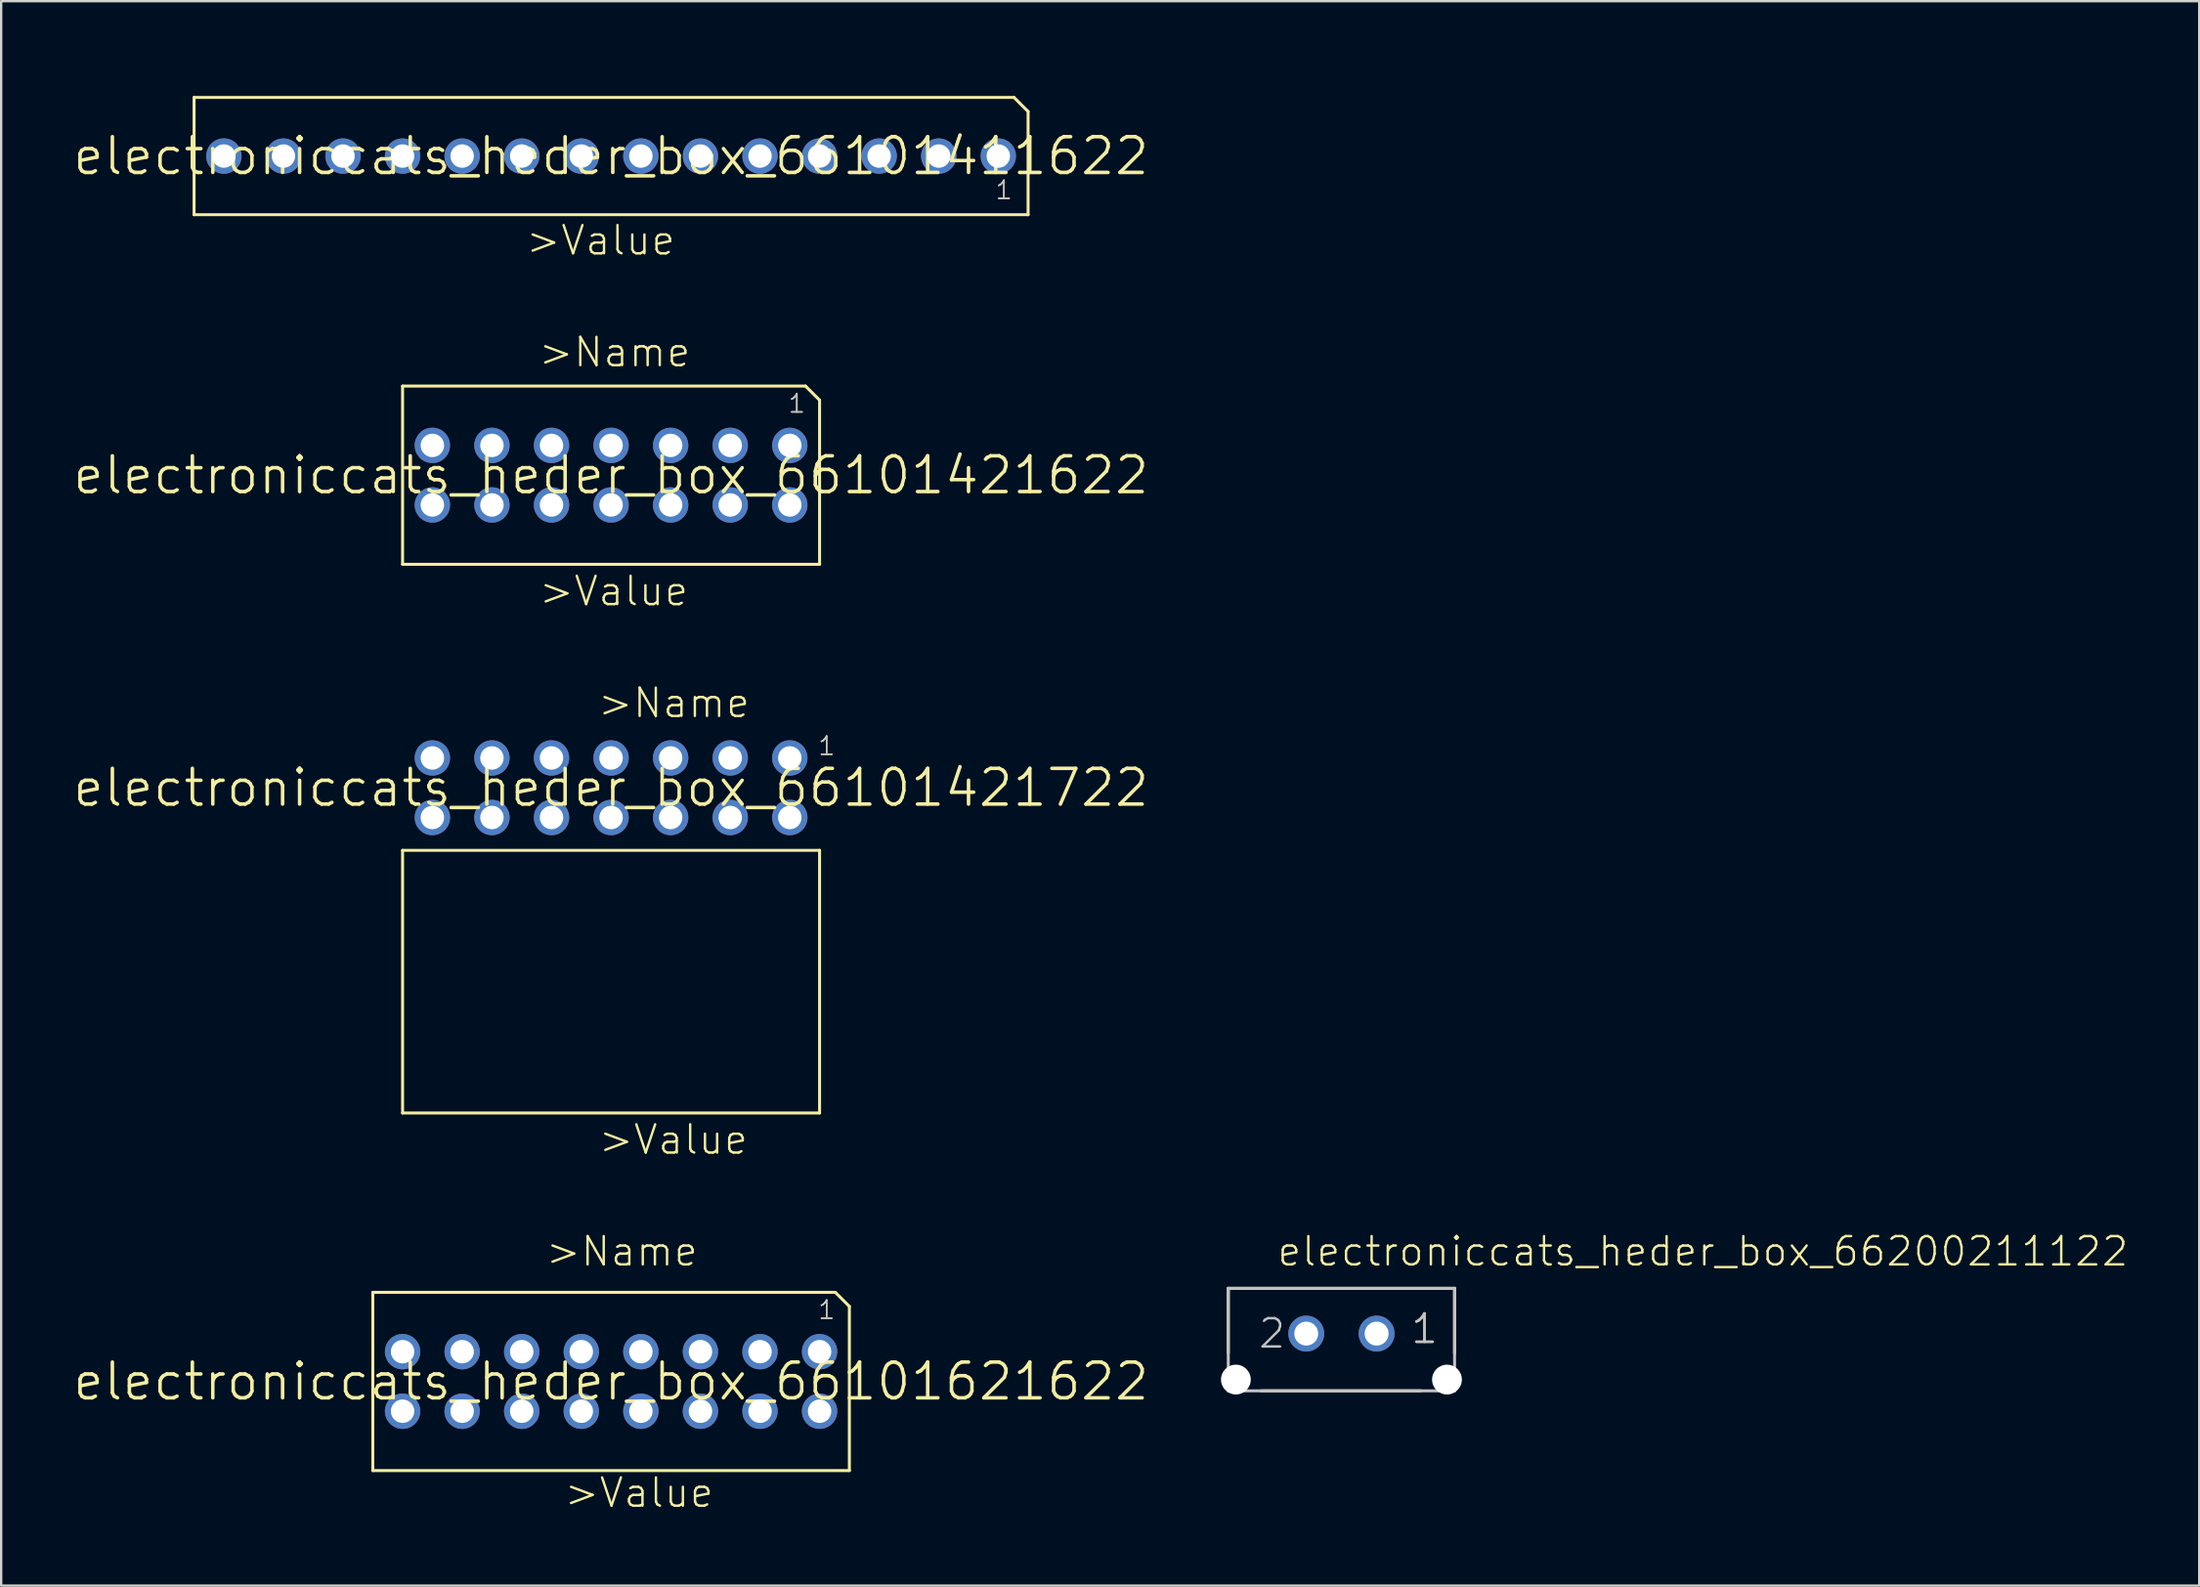
<source format=kicad_pcb>
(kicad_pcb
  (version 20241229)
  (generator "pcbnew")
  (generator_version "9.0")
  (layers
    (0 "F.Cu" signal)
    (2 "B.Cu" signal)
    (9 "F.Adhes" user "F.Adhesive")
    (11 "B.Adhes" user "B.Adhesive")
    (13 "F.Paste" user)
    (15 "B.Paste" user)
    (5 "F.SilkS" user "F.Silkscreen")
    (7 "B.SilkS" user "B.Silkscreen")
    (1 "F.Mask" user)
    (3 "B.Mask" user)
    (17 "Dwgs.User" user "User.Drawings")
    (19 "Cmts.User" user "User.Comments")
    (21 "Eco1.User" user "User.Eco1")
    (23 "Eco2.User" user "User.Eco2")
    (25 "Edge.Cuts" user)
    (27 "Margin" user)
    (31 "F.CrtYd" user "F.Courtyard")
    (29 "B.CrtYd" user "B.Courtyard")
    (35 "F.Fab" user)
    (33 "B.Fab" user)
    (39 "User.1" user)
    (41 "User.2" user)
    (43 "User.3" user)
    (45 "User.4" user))
  (footprint "electroniccats_heder_box_66101411622"
    (layer "F.Cu")
    (at 23.005 3.605)
    (property "Reference" "electroniccats_heder_box_66101411622" (at 0 0 0) (layer "F.SilkS") (effects (font (size 1.524 1.524) (thickness 0.15))))
    (attr through_hole)
    (fp_line (start -17.78 -2.5) (end -17.78 2.5) (stroke (width 0.127) (type solid)) (layer "F.SilkS"))
    (fp_line (start -17.78 -2.5) (end 17.18 -2.5) (stroke (width 0.127) (type solid)) (layer "F.SilkS"))
    (fp_line (start -17.78 2.5) (end 17.78 2.5) (stroke (width 0.127) (type solid)) (layer "F.SilkS"))
    (fp_line (start 17.18 -2.5) (end 17.78 -1.9) (stroke (width 0.127) (type solid)) (layer "F.SilkS"))
    (fp_line (start 17.78 -1.9) (end 17.78 2.5) (stroke (width 0.127) (type solid)) (layer "F.SilkS"))
    (fp_text user "" (at -3.8 -3.3 0) (layer "F.SilkS") (effects (font (size 1.206 1.206) (thickness 0.102)) (justify left bottom)))
    (fp_text user ">Value" (at -3.7 4.3 0) (layer "F.SilkS") (effects (font (size 1.206 1.206) (thickness 0.102)) (justify left bottom)))
    (fp_text user "1" (at 16.34 1.9 0) (layer "F.SilkS") (effects (font (size 0.772 0.772) (thickness 0.065)) (justify left bottom)))
    (fp_text user "1" (at 16.34 1.9 0) (layer "Dwgs.User") (effects (font (size 0.772 0.772) (thickness 0.065)) (justify left bottom)))
    (pad "1" thru_hole circle (at 16.51 0 180) (size 1.508 1.508) (drill 1) (layers "*.Cu" "*.Mask"))
    (pad "2" thru_hole circle (at 13.97 0 180) (size 1.508 1.508) (drill 1) (layers "*.Cu" "*.Mask"))
    (pad "3" thru_hole circle (at 11.43 0 180) (size 1.508 1.508) (drill 1) (layers "*.Cu" "*.Mask"))
    (pad "4" thru_hole circle (at 8.89 0 180) (size 1.508 1.508) (drill 1) (layers "*.Cu" "*.Mask"))
    (pad "5" thru_hole circle (at 6.35 0 180) (size 1.508 1.508) (drill 1) (layers "*.Cu" "*.Mask"))
    (pad "6" thru_hole circle (at 3.81 0 180) (size 1.508 1.508) (drill 1) (layers "*.Cu" "*.Mask"))
    (pad "7" thru_hole circle (at 1.27 0 180) (size 1.508 1.508) (drill 1) (layers "*.Cu" "*.Mask"))
    (pad "8" thru_hole circle (at -1.27 0 180) (size 1.508 1.508) (drill 1) (layers "*.Cu" "*.Mask"))
    (pad "9" thru_hole circle (at -3.81 0 180) (size 1.508 1.508) (drill 1) (layers "*.Cu" "*.Mask"))
    (pad "10" thru_hole circle (at -6.35 0 180) (size 1.508 1.508) (drill 1) (layers "*.Cu" "*.Mask"))
    (pad "11" thru_hole circle (at -8.89 0 180) (size 1.508 1.508) (drill 1) (layers "*.Cu" "*.Mask"))
    (pad "12" thru_hole circle (at -11.43 0 180) (size 1.508 1.508) (drill 1) (layers "*.Cu" "*.Mask"))
    (pad "13" thru_hole circle (at -13.97 0 180) (size 1.508 1.508) (drill 1) (layers "*.Cu" "*.Mask"))
    (pad "14" thru_hole circle (at -16.51 0 180) (size 1.508 1.508) (drill 1) (layers "*.Cu" "*.Mask")))
  (footprint "electroniccats_heder_box_66101421722"
    (layer "F.Cu")
    (at 23.005 30.541)
    (property "Reference" "electroniccats_heder_box_66101421722" (at 0 0 0) (layer "F.SilkS") (effects (font (size 1.524 1.524) (thickness 0.15))))
    (attr through_hole)
    (fp_line (start -8.89 2.67) (end -8.89 13.87) (stroke (width 0.127) (type solid)) (layer "F.SilkS"))
    (fp_line (start -8.89 2.67) (end 8.89 2.67) (stroke (width 0.127) (type solid)) (layer "F.SilkS"))
    (fp_line (start -8.89 13.87) (end 8.89 13.87) (stroke (width 0.127) (type solid)) (layer "F.SilkS"))
    (fp_line (start 8.89 2.67) (end 8.89 13.87) (stroke (width 0.127) (type solid)) (layer "F.SilkS"))
    (fp_text user ">Value" (at -0.6 15.71 0) (layer "F.SilkS") (effects (font (size 1.206 1.206) (thickness 0.102)) (justify left bottom)))
    (fp_text user "1" (at 8.78 -1.33 0) (layer "F.SilkS") (effects (font (size 0.772 0.772) (thickness 0.065)) (justify left bottom)))
    (fp_text user ">Name" (at -0.63 -2.91 0) (layer "F.SilkS") (effects (font (size 1.206 1.206) (thickness 0.102)) (justify left bottom)))
    (fp_text user "1" (at 8.78 -1.33 0) (layer "Dwgs.User") (effects (font (size 0.772 0.772) (thickness 0.065)) (justify left bottom)))
    (pad "1" thru_hole circle (at 7.62 -1.27 180) (size 1.508 1.508) (drill 1) (layers "*.Cu" "*.Mask"))
    (pad "2" thru_hole circle (at 5.08 -1.27 180) (size 1.508 1.508) (drill 1) (layers "*.Cu" "*.Mask"))
    (pad "3" thru_hole circle (at 2.54 -1.27 180) (size 1.508 1.508) (drill 1) (layers "*.Cu" "*.Mask"))
    (pad "4" thru_hole circle (at 0 -1.27 180) (size 1.508 1.508) (drill 1) (layers "*.Cu" "*.Mask"))
    (pad "5" thru_hole circle (at -2.54 -1.27 180) (size 1.508 1.508) (drill 1) (layers "*.Cu" "*.Mask"))
    (pad "6" thru_hole circle (at -5.08 -1.27 180) (size 1.508 1.508) (drill 1) (layers "*.Cu" "*.Mask"))
    (pad "7" thru_hole circle (at -7.62 -1.27 180) (size 1.508 1.508) (drill 1) (layers "*.Cu" "*.Mask"))
    (pad "8" thru_hole circle (at -7.62 1.27 180) (size 1.508 1.508) (drill 1) (layers "*.Cu" "*.Mask"))
    (pad "9" thru_hole circle (at -5.08 1.27 180) (size 1.508 1.508) (drill 1) (layers "*.Cu" "*.Mask"))
    (pad "10" thru_hole circle (at -2.54 1.27 180) (size 1.508 1.508) (drill 1) (layers "*.Cu" "*.Mask"))
    (pad "11" thru_hole circle (at 0 1.27 180) (size 1.508 1.508) (drill 1) (layers "*.Cu" "*.Mask"))
    (pad "12" thru_hole circle (at 2.54 1.27 180) (size 1.508 1.508) (drill 1) (layers "*.Cu" "*.Mask"))
    (pad "13" thru_hole circle (at 5.08 1.27 180) (size 1.508 1.508) (drill 1) (layers "*.Cu" "*.Mask"))
    (pad "14" thru_hole circle (at 7.62 1.27 180) (size 1.508 1.508) (drill 1) (layers "*.Cu" "*.Mask")))
  (footprint "electroniccats_heder_box_66200211122"
    (layer "F.Cu")
    (at 54.145 53.819)
    (property "Reference" "electroniccats_heder_box_66200211122" (at -2.8 -2.8 0) (layer "F.SilkS") (effects (font (size 1.206 1.206) (thickness 0.102)) (justify left bottom)))
    (attr through_hole)
    (fp_line (start -4.825 -1.93) (end 4.825 -1.93) (stroke (width 0.127) (type solid)) (layer "F.SilkS"))
    (fp_line (start -4.825 0.825) (end -4.825 -1.93) (stroke (width 0.127) (type solid)) (layer "F.SilkS"))
    (fp_line (start -3.42 2.44) (end 3.39 2.44) (stroke (width 0.127) (type solid)) (layer "F.SilkS"))
    (fp_line (start 4.825 -1.93) (end 4.825 0.845) (stroke (width 0.127) (type solid)) (layer "F.SilkS"))
    (fp_line (start -4.825 -1.93) (end 4.825 -1.93) (stroke (width 0.127) (type solid)) (layer "Dwgs.User"))
    (fp_line (start -4.825 2.44) (end -4.825 -1.93) (stroke (width 0.127) (type solid)) (layer "Dwgs.User"))
    (fp_line (start 4.825 -1.93) (end 4.825 2.44) (stroke (width 0.127) (type solid)) (layer "Dwgs.User"))
    (fp_line (start 4.825 2.44) (end -4.825 2.44) (stroke (width 0.127) (type solid)) (layer "Dwgs.User"))
    (fp_text user "1" (at 2.9 0.5 0) (layer "F.SilkS") (effects (font (size 1.206 1.206) (thickness 0.102)) (justify left bottom)))
    (fp_text user "2" (at -3.6 0.7 0) (layer "Dwgs.User") (effects (font (size 1.206 1.206) (thickness 0.102)) (justify left bottom)))
    (fp_text user "1" (at 2.9 0.5 0) (layer "Dwgs.User") (effects (font (size 1.206 1.206) (thickness 0.102)) (justify left bottom)))
    (pad "" np_thru_hole circle (at -4.5 1.96) (size 1.27 1.27) (drill 1.27) (layers "*.Cu"))
    (pad "" np_thru_hole circle (at 4.5 1.96) (size 1.27 1.27) (drill 1.27) (layers "*.Cu"))
    (pad "1" thru_hole circle (at 1.5 0) (size 1.53 1.53) (drill 1.02) (layers "*.Cu" "*.Mask"))
    (pad "2" thru_hole circle (at -1.5 0) (size 1.53 1.53) (drill 1.02) (layers "*.Cu" "*.Mask")))
  (footprint "electroniccats_heder_box_66101621622"
    (layer "F.Cu")
    (at 23.005 55.859)
    (property "Reference" "electroniccats_heder_box_66101621622" (at 0 0 0) (layer "F.SilkS") (effects (font (size 1.524 1.524) (thickness 0.15))))
    (attr through_hole)
    (fp_line (start -10.16 -3.8) (end -10.16 3.8) (stroke (width 0.127) (type solid)) (layer "F.SilkS"))
    (fp_line (start -10.16 -3.8) (end 9.56 -3.8) (stroke (width 0.127) (type solid)) (layer "F.SilkS"))
    (fp_line (start -10.16 3.8) (end 10.16 3.8) (stroke (width 0.127) (type solid)) (layer "F.SilkS"))
    (fp_line (start 9.56 -3.8) (end 10.16 -3.2) (stroke (width 0.127) (type solid)) (layer "F.SilkS"))
    (fp_line (start 10.16 -3.2) (end 10.16 3.8) (stroke (width 0.127) (type solid)) (layer "F.SilkS"))
    (fp_text user ">Name" (at -2.85 -4.84 0) (layer "F.SilkS") (effects (font (size 1.206 1.206) (thickness 0.102)) (justify left bottom)))
    (fp_text user "1" (at 8.78 -2.6 0) (layer "F.SilkS") (effects (font (size 0.772 0.772) (thickness 0.065)) (justify left bottom)))
    (fp_text user ">Value" (at -2.06 5.45 0) (layer "F.SilkS") (effects (font (size 1.206 1.206) (thickness 0.102)) (justify left bottom)))
    (fp_text user "1" (at 8.78 -2.6 0) (layer "Dwgs.User") (effects (font (size 0.772 0.772) (thickness 0.065)) (justify left bottom)))
    (pad "1" thru_hole circle (at 8.89 -1.27 180) (size 1.508 1.508) (drill 1) (layers "*.Cu" "*.Mask"))
    (pad "2" thru_hole circle (at 6.35 -1.27 180) (size 1.508 1.508) (drill 1) (layers "*.Cu" "*.Mask"))
    (pad "3" thru_hole circle (at 3.81 -1.27 180) (size 1.508 1.508) (drill 1) (layers "*.Cu" "*.Mask"))
    (pad "4" thru_hole circle (at 1.27 -1.27 180) (size 1.508 1.508) (drill 1) (layers "*.Cu" "*.Mask"))
    (pad "5" thru_hole circle (at -1.27 -1.27 180) (size 1.508 1.508) (drill 1) (layers "*.Cu" "*.Mask"))
    (pad "6" thru_hole circle (at -3.81 -1.27 180) (size 1.508 1.508) (drill 1) (layers "*.Cu" "*.Mask"))
    (pad "7" thru_hole circle (at -6.35 -1.27 180) (size 1.508 1.508) (drill 1) (layers "*.Cu" "*.Mask"))
    (pad "8" thru_hole circle (at -8.89 -1.27 180) (size 1.508 1.508) (drill 1) (layers "*.Cu" "*.Mask"))
    (pad "9" thru_hole circle (at -8.89 1.27 180) (size 1.508 1.508) (drill 1) (layers "*.Cu" "*.Mask"))
    (pad "10" thru_hole circle (at -6.35 1.27 180) (size 1.508 1.508) (drill 1) (layers "*.Cu" "*.Mask"))
    (pad "11" thru_hole circle (at -3.81 1.27 180) (size 1.508 1.508) (drill 1) (layers "*.Cu" "*.Mask"))
    (pad "12" thru_hole circle (at -1.27 1.27 180) (size 1.508 1.508) (drill 1) (layers "*.Cu" "*.Mask"))
    (pad "13" thru_hole circle (at 1.27 1.27 180) (size 1.508 1.508) (drill 1) (layers "*.Cu" "*.Mask"))
    (pad "14" thru_hole circle (at 3.81 1.27 180) (size 1.508 1.508) (drill 1) (layers "*.Cu" "*.Mask"))
    (pad "15" thru_hole circle (at 6.35 1.27 180) (size 1.508 1.508) (drill 1) (layers "*.Cu" "*.Mask"))
    (pad "16" thru_hole circle (at 8.89 1.27 180) (size 1.508 1.508) (drill 1) (layers "*.Cu" "*.Mask")))
  (footprint "electroniccats_heder_box_66101421622"
    (layer "F.Cu")
    (at 23.005 17.213)
    (property "Reference" "electroniccats_heder_box_66101421622" (at 0 0 0) (layer "F.SilkS") (effects (font (size 1.524 1.524) (thickness 0.15))))
    (attr through_hole)
    (fp_line (start -8.89 -3.8) (end -8.89 3.8) (stroke (width 0.127) (type solid)) (layer "F.SilkS"))
    (fp_line (start -8.89 -3.8) (end 8.29 -3.8) (stroke (width 0.127) (type solid)) (layer "F.SilkS"))
    (fp_line (start -8.89 3.8) (end 8.89 3.8) (stroke (width 0.127) (type solid)) (layer "F.SilkS"))
    (fp_line (start 8.29 -3.8) (end 8.89 -3.2) (stroke (width 0.127) (type solid)) (layer "F.SilkS"))
    (fp_line (start 8.89 -3.2) (end 8.89 3.8) (stroke (width 0.127) (type solid)) (layer "F.SilkS"))
    (fp_text user "1" (at 7.51 -2.6 0) (layer "F.SilkS") (effects (font (size 0.772 0.772) (thickness 0.065)) (justify left bottom)))
    (fp_text user ">Name" (at -3.16 -4.54 0) (layer "F.SilkS") (effects (font (size 1.206 1.206) (thickness 0.102)) (justify left bottom)))
    (fp_text user ">Value" (at -3.14 5.65 0) (layer "F.SilkS") (effects (font (size 1.206 1.206) (thickness 0.102)) (justify left bottom)))
    (fp_text user "1" (at 7.51 -2.6 0) (layer "Dwgs.User") (effects (font (size 0.772 0.772) (thickness 0.065)) (justify left bottom)))
    (pad "1" thru_hole circle (at 7.62 -1.27 180) (size 1.508 1.508) (drill 1) (layers "*.Cu" "*.Mask"))
    (pad "2" thru_hole circle (at 5.08 -1.27 180) (size 1.508 1.508) (drill 1) (layers "*.Cu" "*.Mask"))
    (pad "3" thru_hole circle (at 2.54 -1.27 180) (size 1.508 1.508) (drill 1) (layers "*.Cu" "*.Mask"))
    (pad "4" thru_hole circle (at 0 -1.27 180) (size 1.508 1.508) (drill 1) (layers "*.Cu" "*.Mask"))
    (pad "5" thru_hole circle (at -2.54 -1.27 180) (size 1.508 1.508) (drill 1) (layers "*.Cu" "*.Mask"))
    (pad "6" thru_hole circle (at -5.08 -1.27 180) (size 1.508 1.508) (drill 1) (layers "*.Cu" "*.Mask"))
    (pad "7" thru_hole circle (at -7.62 -1.27 180) (size 1.508 1.508) (drill 1) (layers "*.Cu" "*.Mask"))
    (pad "8" thru_hole circle (at -7.62 1.27 180) (size 1.508 1.508) (drill 1) (layers "*.Cu" "*.Mask"))
    (pad "9" thru_hole circle (at -5.08 1.27 180) (size 1.508 1.508) (drill 1) (layers "*.Cu" "*.Mask"))
    (pad "10" thru_hole circle (at -2.54 1.27 180) (size 1.508 1.508) (drill 1) (layers "*.Cu" "*.Mask"))
    (pad "11" thru_hole circle (at 0 1.27 180) (size 1.508 1.508) (drill 1) (layers "*.Cu" "*.Mask"))
    (pad "12" thru_hole circle (at 2.54 1.27 180) (size 1.508 1.508) (drill 1) (layers "*.Cu" "*.Mask"))
    (pad "13" thru_hole circle (at 5.08 1.27 180) (size 1.508 1.508) (drill 1) (layers "*.Cu" "*.Mask"))
    (pad "14" thru_hole circle (at 7.62 1.27 180) (size 1.508 1.508) (drill 1) (layers "*.Cu" "*.Mask")))
  (gr_rect
    (start -3 -3)
    (end 90.719 64.566)
    (stroke (width 0.1) (type default))
    (fill no)
    (layer "Edge.Cuts")))
</source>
